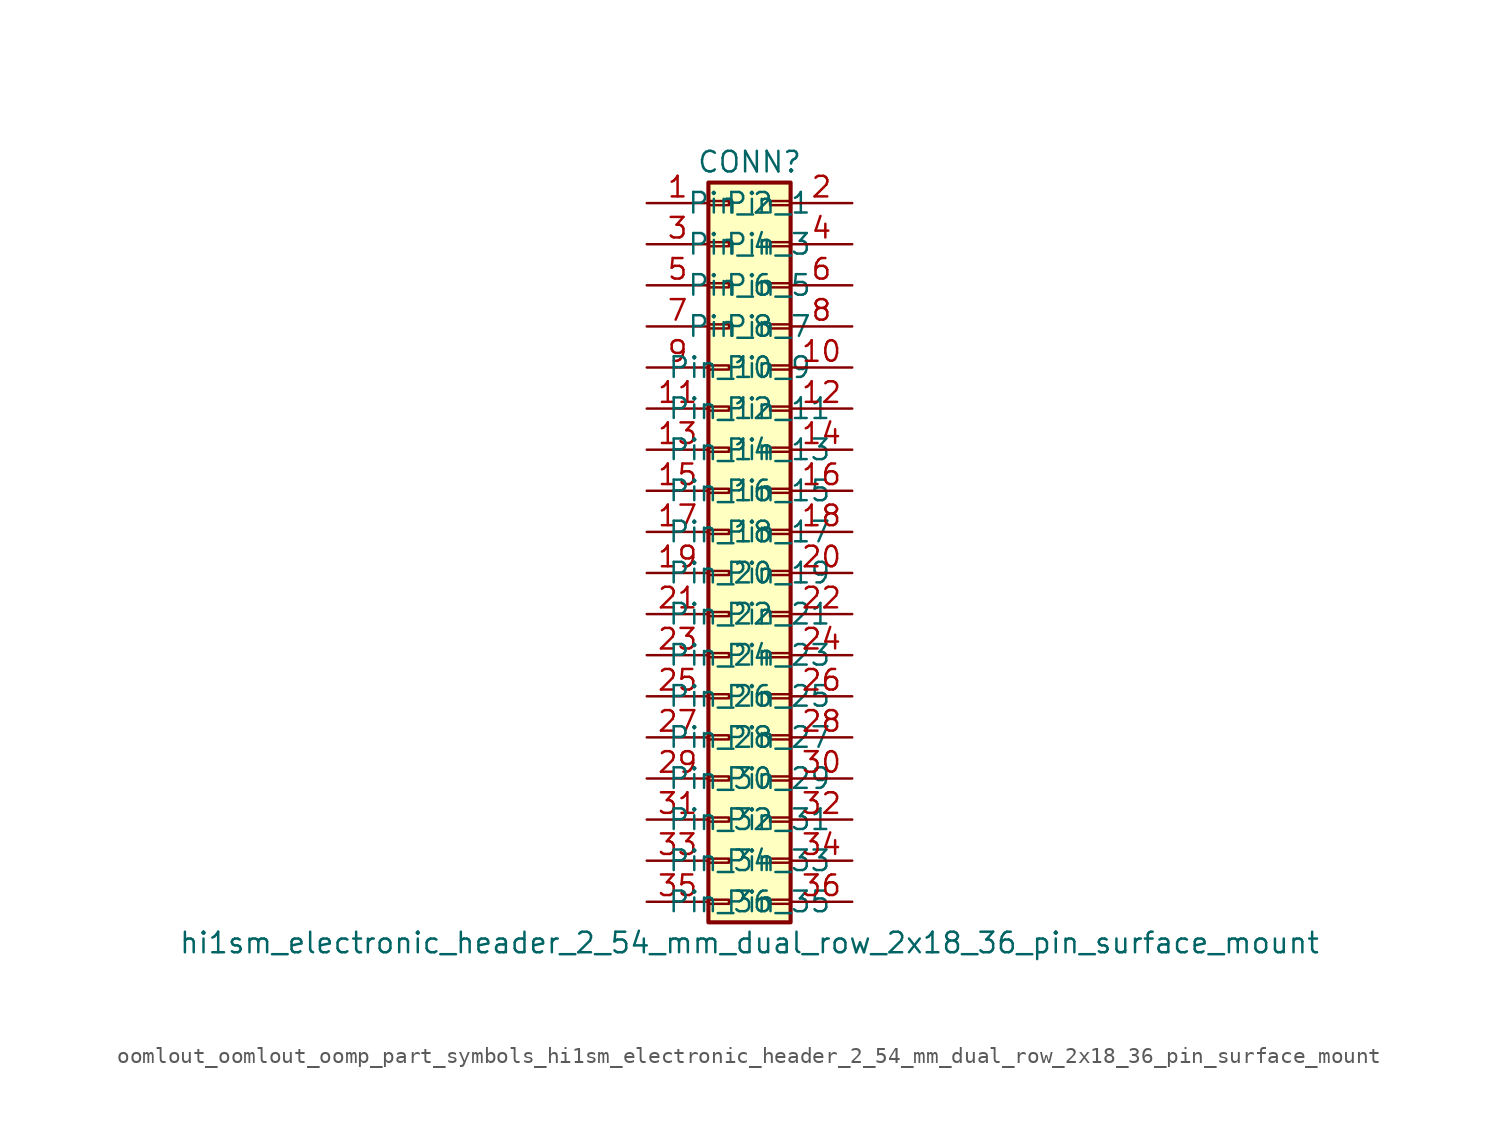
<source format=kicad_sym>
(kicad_symbol_lib
  (version 20220914)
  (generator kicad_symbol_editor)
  (symbol "oomlout_oomlout_oomp_part_symbols_hi1sm_electronic_header_2_54_mm_dual_row_2x18_36_pin_surface_mount"
    (pin_names
      (offset 1.016))
    (property "Reference" "CONN"
      (at 1.27 22.86 0)
      (effects (font (size 1.27 1.27))))
    (property "Value" "hi1sm_electronic_header_2_54_mm_dual_row_2x18_36_pin_surface_mount"
      (at 1.27 -25.4 0)
      (effects (font (size 1.27 1.27))))
    (symbol "oomlout_oomlout_oomp_part_symbols_hi1sm_electronic_header_2_54_mm_dual_row_2x18_36_pin_surface_mount_1_1"
      (rectangle (start -1.27 -22.733) (end 0 -22.987) (stroke (width 0.152) (type default)) (fill (type none)))
      (rectangle (start -1.27 -20.193) (end 0 -20.447) (stroke (width 0.152) (type default)) (fill (type none)))
      (rectangle (start -1.27 -17.653) (end 0 -17.907) (stroke (width 0.152) (type default)) (fill (type none)))
      (rectangle (start -1.27 -15.113) (end 0 -15.367) (stroke (width 0.152) (type default)) (fill (type none)))
      (rectangle (start -1.27 -12.573) (end 0 -12.827) (stroke (width 0.152) (type default)) (fill (type none)))
      (rectangle (start -1.27 -10.033) (end 0 -10.287) (stroke (width 0.152) (type default)) (fill (type none)))
      (rectangle (start -1.27 -7.493) (end 0 -7.747) (stroke (width 0.152) (type default)) (fill (type none)))
      (rectangle (start -1.27 -4.953) (end 0 -5.207) (stroke (width 0.152) (type default)) (fill (type none)))
      (rectangle (start -1.27 -2.413) (end 0 -2.667) (stroke (width 0.152) (type default)) (fill (type none)))
      (rectangle (start -1.27 0.127) (end 0 -0.127) (stroke (width 0.152) (type default)) (fill (type none)))
      (rectangle (start -1.27 2.667) (end 0 2.413) (stroke (width 0.152) (type default)) (fill (type none)))
      (rectangle (start -1.27 5.207) (end 0 4.953) (stroke (width 0.152) (type default)) (fill (type none)))
      (rectangle (start -1.27 7.747) (end 0 7.493) (stroke (width 0.152) (type default)) (fill (type none)))
      (rectangle (start -1.27 10.287) (end 0 10.033) (stroke (width 0.152) (type default)) (fill (type none)))
      (rectangle (start -1.27 12.827) (end 0 12.573) (stroke (width 0.152) (type default)) (fill (type none)))
      (rectangle (start -1.27 15.367) (end 0 15.113) (stroke (width 0.152) (type default)) (fill (type none)))
      (rectangle (start -1.27 17.907) (end 0 17.653) (stroke (width 0.152) (type default)) (fill (type none)))
      (rectangle (start -1.27 20.447) (end 0 20.193) (stroke (width 0.152) (type default)) (fill (type none)))
      (rectangle (start -1.27 21.59) (end 3.81 -24.13) (stroke (width 0.254) (type default)) (fill (type background)))
      (rectangle (start 3.81 -22.733) (end 2.54 -22.987) (stroke (width 0.152) (type default)) (fill (type none)))
      (rectangle (start 3.81 -20.193) (end 2.54 -20.447) (stroke (width 0.152) (type default)) (fill (type none)))
      (rectangle (start 3.81 -17.653) (end 2.54 -17.907) (stroke (width 0.152) (type default)) (fill (type none)))
      (rectangle (start 3.81 -15.113) (end 2.54 -15.367) (stroke (width 0.152) (type default)) (fill (type none)))
      (rectangle (start 3.81 -12.573) (end 2.54 -12.827) (stroke (width 0.152) (type default)) (fill (type none)))
      (rectangle (start 3.81 -10.033) (end 2.54 -10.287) (stroke (width 0.152) (type default)) (fill (type none)))
      (rectangle (start 3.81 -7.493) (end 2.54 -7.747) (stroke (width 0.152) (type default)) (fill (type none)))
      (rectangle (start 3.81 -4.953) (end 2.54 -5.207) (stroke (width 0.152) (type default)) (fill (type none)))
      (rectangle (start 3.81 -2.413) (end 2.54 -2.667) (stroke (width 0.152) (type default)) (fill (type none)))
      (rectangle (start 3.81 0.127) (end 2.54 -0.127) (stroke (width 0.152) (type default)) (fill (type none)))
      (rectangle (start 3.81 2.667) (end 2.54 2.413) (stroke (width 0.152) (type default)) (fill (type none)))
      (rectangle (start 3.81 5.207) (end 2.54 4.953) (stroke (width 0.152) (type default)) (fill (type none)))
      (rectangle (start 3.81 7.747) (end 2.54 7.493) (stroke (width 0.152) (type default)) (fill (type none)))
      (rectangle (start 3.81 10.287) (end 2.54 10.033) (stroke (width 0.152) (type default)) (fill (type none)))
      (rectangle (start 3.81 12.827) (end 2.54 12.573) (stroke (width 0.152) (type default)) (fill (type none)))
      (rectangle (start 3.81 15.367) (end 2.54 15.113) (stroke (width 0.152) (type default)) (fill (type none)))
      (rectangle (start 3.81 17.907) (end 2.54 17.653) (stroke (width 0.152) (type default)) (fill (type none)))
      (rectangle (start 3.81 20.447) (end 2.54 20.193) (stroke (width 0.152) (type default)) (fill (type none)))
      (pin passive line (at -5.08 20.32 0) (length 3.81) (name "Pin_1" (effects (font (size 1.27 1.27)))) (number "1" (effects (font (size 1.27 1.27)))))
      (pin passive line (at 7.62 10.16 180) (length 3.81) (name "Pin_10" (effects (font (size 1.27 1.27)))) (number "10" (effects (font (size 1.27 1.27)))))
      (pin passive line (at -5.08 7.62 0) (length 3.81) (name "Pin_11" (effects (font (size 1.27 1.27)))) (number "11" (effects (font (size 1.27 1.27)))))
      (pin passive line (at 7.62 7.62 180) (length 3.81) (name "Pin_12" (effects (font (size 1.27 1.27)))) (number "12" (effects (font (size 1.27 1.27)))))
      (pin passive line (at -5.08 5.08 0) (length 3.81) (name "Pin_13" (effects (font (size 1.27 1.27)))) (number "13" (effects (font (size 1.27 1.27)))))
      (pin passive line (at 7.62 5.08 180) (length 3.81) (name "Pin_14" (effects (font (size 1.27 1.27)))) (number "14" (effects (font (size 1.27 1.27)))))
      (pin passive line (at -5.08 2.54 0) (length 3.81) (name "Pin_15" (effects (font (size 1.27 1.27)))) (number "15" (effects (font (size 1.27 1.27)))))
      (pin passive line (at 7.62 2.54 180) (length 3.81) (name "Pin_16" (effects (font (size 1.27 1.27)))) (number "16" (effects (font (size 1.27 1.27)))))
      (pin passive line (at -5.08 0 0) (length 3.81) (name "Pin_17" (effects (font (size 1.27 1.27)))) (number "17" (effects (font (size 1.27 1.27)))))
      (pin passive line (at 7.62 0 180) (length 3.81) (name "Pin_18" (effects (font (size 1.27 1.27)))) (number "18" (effects (font (size 1.27 1.27)))))
      (pin passive line (at -5.08 -2.54 0) (length 3.81) (name "Pin_19" (effects (font (size 1.27 1.27)))) (number "19" (effects (font (size 1.27 1.27)))))
      (pin passive line (at 7.62 20.32 180) (length 3.81) (name "Pin_2" (effects (font (size 1.27 1.27)))) (number "2" (effects (font (size 1.27 1.27)))))
      (pin passive line (at 7.62 -2.54 180) (length 3.81) (name "Pin_20" (effects (font (size 1.27 1.27)))) (number "20" (effects (font (size 1.27 1.27)))))
      (pin passive line (at -5.08 -5.08 0) (length 3.81) (name "Pin_21" (effects (font (size 1.27 1.27)))) (number "21" (effects (font (size 1.27 1.27)))))
      (pin passive line (at 7.62 -5.08 180) (length 3.81) (name "Pin_22" (effects (font (size 1.27 1.27)))) (number "22" (effects (font (size 1.27 1.27)))))
      (pin passive line (at -5.08 -7.62 0) (length 3.81) (name "Pin_23" (effects (font (size 1.27 1.27)))) (number "23" (effects (font (size 1.27 1.27)))))
      (pin passive line (at 7.62 -7.62 180) (length 3.81) (name "Pin_24" (effects (font (size 1.27 1.27)))) (number "24" (effects (font (size 1.27 1.27)))))
      (pin passive line (at -5.08 -10.16 0) (length 3.81) (name "Pin_25" (effects (font (size 1.27 1.27)))) (number "25" (effects (font (size 1.27 1.27)))))
      (pin passive line (at 7.62 -10.16 180) (length 3.81) (name "Pin_26" (effects (font (size 1.27 1.27)))) (number "26" (effects (font (size 1.27 1.27)))))
      (pin passive line (at -5.08 -12.7 0) (length 3.81) (name "Pin_27" (effects (font (size 1.27 1.27)))) (number "27" (effects (font (size 1.27 1.27)))))
      (pin passive line (at 7.62 -12.7 180) (length 3.81) (name "Pin_28" (effects (font (size 1.27 1.27)))) (number "28" (effects (font (size 1.27 1.27)))))
      (pin passive line (at -5.08 -15.24 0) (length 3.81) (name "Pin_29" (effects (font (size 1.27 1.27)))) (number "29" (effects (font (size 1.27 1.27)))))
      (pin passive line (at -5.08 17.78 0) (length 3.81) (name "Pin_3" (effects (font (size 1.27 1.27)))) (number "3" (effects (font (size 1.27 1.27)))))
      (pin passive line (at 7.62 -15.24 180) (length 3.81) (name "Pin_30" (effects (font (size 1.27 1.27)))) (number "30" (effects (font (size 1.27 1.27)))))
      (pin passive line (at -5.08 -17.78 0) (length 3.81) (name "Pin_31" (effects (font (size 1.27 1.27)))) (number "31" (effects (font (size 1.27 1.27)))))
      (pin passive line (at 7.62 -17.78 180) (length 3.81) (name "Pin_32" (effects (font (size 1.27 1.27)))) (number "32" (effects (font (size 1.27 1.27)))))
      (pin passive line (at -5.08 -20.32 0) (length 3.81) (name "Pin_33" (effects (font (size 1.27 1.27)))) (number "33" (effects (font (size 1.27 1.27)))))
      (pin passive line (at 7.62 -20.32 180) (length 3.81) (name "Pin_34" (effects (font (size 1.27 1.27)))) (number "34" (effects (font (size 1.27 1.27)))))
      (pin passive line (at -5.08 -22.86 0) (length 3.81) (name "Pin_35" (effects (font (size 1.27 1.27)))) (number "35" (effects (font (size 1.27 1.27)))))
      (pin passive line (at 7.62 -22.86 180) (length 3.81) (name "Pin_36" (effects (font (size 1.27 1.27)))) (number "36" (effects (font (size 1.27 1.27)))))
      (pin passive line (at 7.62 17.78 180) (length 3.81) (name "Pin_4" (effects (font (size 1.27 1.27)))) (number "4" (effects (font (size 1.27 1.27)))))
      (pin passive line (at -5.08 15.24 0) (length 3.81) (name "Pin_5" (effects (font (size 1.27 1.27)))) (number "5" (effects (font (size 1.27 1.27)))))
      (pin passive line (at 7.62 15.24 180) (length 3.81) (name "Pin_6" (effects (font (size 1.27 1.27)))) (number "6" (effects (font (size 1.27 1.27)))))
      (pin passive line (at -5.08 12.7 0) (length 3.81) (name "Pin_7" (effects (font (size 1.27 1.27)))) (number "7" (effects (font (size 1.27 1.27)))))
      (pin passive line (at 7.62 12.7 180) (length 3.81) (name "Pin_8" (effects (font (size 1.27 1.27)))) (number "8" (effects (font (size 1.27 1.27)))))
      (pin passive line (at -5.08 10.16 0) (length 3.81) (name "Pin_9" (effects (font (size 1.27 1.27)))) (number "9" (effects (font (size 1.27 1.27))))))))
</source>
